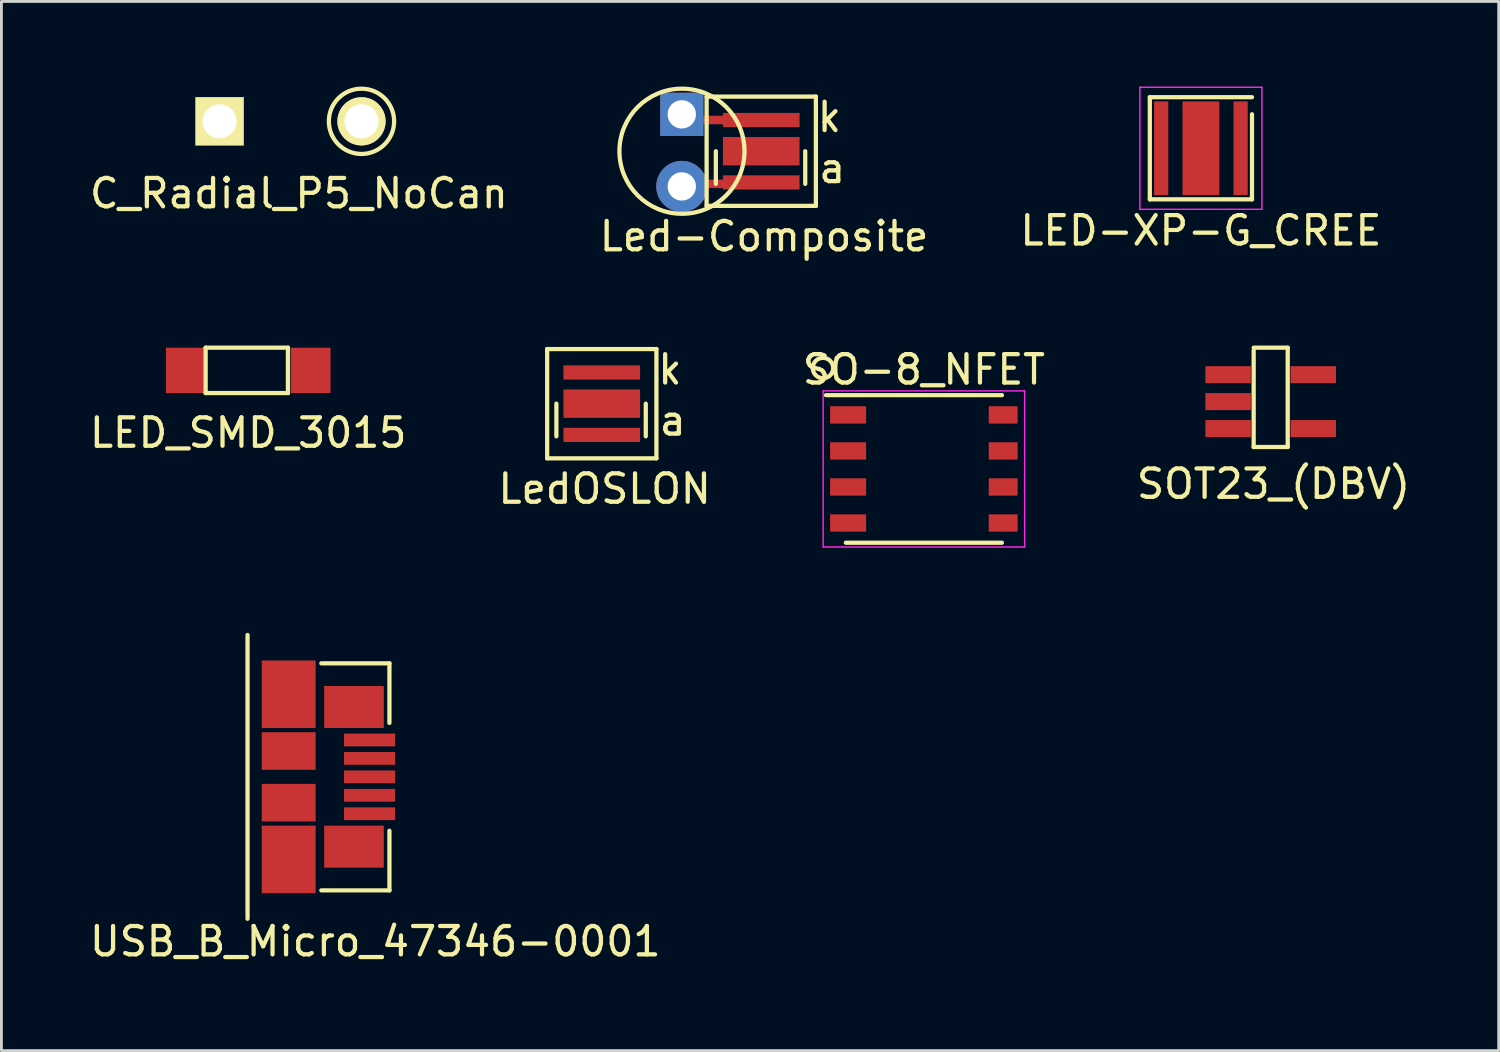
<source format=kicad_pcb>
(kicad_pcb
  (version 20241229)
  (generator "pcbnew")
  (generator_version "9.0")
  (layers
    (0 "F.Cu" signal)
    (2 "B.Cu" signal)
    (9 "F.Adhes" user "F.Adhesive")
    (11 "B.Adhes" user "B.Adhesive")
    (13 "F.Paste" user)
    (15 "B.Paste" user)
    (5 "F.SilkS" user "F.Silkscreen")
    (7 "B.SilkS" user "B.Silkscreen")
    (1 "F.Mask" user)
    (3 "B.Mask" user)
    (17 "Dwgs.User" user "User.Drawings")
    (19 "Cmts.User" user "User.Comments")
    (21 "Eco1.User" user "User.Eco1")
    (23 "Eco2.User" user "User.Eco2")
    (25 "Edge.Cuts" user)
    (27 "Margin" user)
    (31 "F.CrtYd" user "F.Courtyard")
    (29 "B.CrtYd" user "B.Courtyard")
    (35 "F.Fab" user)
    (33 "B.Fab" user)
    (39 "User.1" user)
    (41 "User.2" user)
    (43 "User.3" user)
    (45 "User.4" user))
  (footprint "USB_B_Micro_47346-0001"
    (layer "F.Cu")
    (at 5.673 24.325)
    (property "Reference" "USB_B_Micro_47346-0001" (at 4.5 5.8 0) (layer "F.SilkS") (effects (font (size 1 1) (thickness 0.15))))
    (attr through_hole)
    (fp_line (start 0 5) (end 0 -5) (stroke (width 0.15) (type solid)) (layer "F.SilkS"))
    (fp_line (start 5 -4) (end 2.6 -4) (stroke (width 0.15) (type solid)) (layer "F.SilkS"))
    (fp_line (start 5 -4) (end 5 -1.9) (stroke (width 0.15) (type solid)) (layer "F.SilkS"))
    (fp_line (start 5 1.9) (end 5 4) (stroke (width 0.15) (type solid)) (layer "F.SilkS"))
    (fp_line (start 5 4) (end 2.6 4) (stroke (width 0.15) (type solid)) (layer "F.SilkS"))
    (pad "1" smd rect (at 4.3 -1.3) (size 1.8 0.45) (layers "F.Cu" "F.Mask" "F.Paste"))
    (pad "2" smd rect (at 4.3 -0.65) (size 1.8 0.45) (layers "F.Cu" "F.Mask" "F.Paste"))
    (pad "3" smd rect (at 4.3 0) (size 1.8 0.45) (layers "F.Cu" "F.Mask" "F.Paste"))
    (pad "4" smd rect (at 4.3 0.65) (size 1.8 0.45) (layers "F.Cu" "F.Mask" "F.Paste"))
    (pad "5" smd rect (at 4.3 1.3) (size 1.8 0.45) (layers "F.Cu" "F.Mask" "F.Paste"))
    (pad "10" smd rect (at 1.45 -0.91) (size 1.9 1.325) (layers "F.Cu" "F.Mask" "F.Paste"))
    (pad "11" smd rect (at 1.45 0.91) (size 1.9 1.325) (layers "F.Cu" "F.Mask" "F.Paste"))
    (pad "12" smd rect (at 1.45 -2.91) (size 1.9 2.38) (layers "F.Cu" "F.Mask" "F.Paste"))
    (pad "13" smd rect (at 1.45 2.91) (size 1.9 2.38) (layers "F.Cu" "F.Mask" "F.Paste"))
    (pad "14" smd rect (at 3.75 -2.463) (size 2.1 1.48) (layers "F.Cu" "F.Mask" "F.Paste"))
    (pad "15" smd rect (at 3.75 2.46) (size 2.1 1.48) (layers "F.Cu" "F.Mask" "F.Paste")))
  (footprint "SO-8_NFET"
    (layer "F.Cu")
    (at 29.506 13.475)
    (property "Reference" "SO-8_NFET" (at 0 -3.5 0) (layer "F.SilkS") (effects (font (size 1 1) (thickness 0.15))))
    (attr smd)
    (fp_line (start -3.45 -2.6) (end 2.75 -2.6) (stroke (width 0.15) (type solid)) (layer "F.SilkS"))
    (fp_line (start -2.75 2.6) (end 2.75 2.6) (stroke (width 0.15) (type solid)) (layer "F.SilkS"))
    (fp_circle (center -3.556 -3.556) (end -3.302 -3.302) (stroke (width 0.15) (type solid)) (fill no) (layer "F.SilkS"))
    (fp_line (start -3.55 -2.75) (end -3.55 2.75) (stroke (width 0.05) (type solid)) (layer "F.CrtYd"))
    (fp_line (start -3.55 -2.75) (end 3.55 -2.75) (stroke (width 0.05) (type solid)) (layer "F.CrtYd"))
    (fp_line (start -3.55 2.75) (end 3.55 2.75) (stroke (width 0.05) (type solid)) (layer "F.CrtYd"))
    (fp_line (start 3.55 -2.75) (end 3.55 2.75) (stroke (width 0.05) (type solid)) (layer "F.CrtYd"))
    (pad "1" smd rect (at -2.67 -1.905) (size 1.27 0.61) (layers "F.Cu" "F.Mask" "F.Paste"))
    (pad "1" smd rect (at -2.67 -0.635) (size 1.27 0.61) (layers "F.Cu" "F.Mask" "F.Paste"))
    (pad "1" smd rect (at -2.67 0.635) (size 1.27 0.61) (layers "F.Cu" "F.Mask" "F.Paste"))
    (pad "2" smd rect (at -2.67 1.905) (size 1.27 0.61) (layers "F.Cu" "F.Mask" "F.Paste"))
    (pad "3" smd rect (at 2.795 -1.905) (size 1.02 0.61) (layers "F.Cu" "F.Mask" "F.Paste"))
    (pad "3" smd rect (at 2.795 -0.635) (size 1.02 0.61) (layers "F.Cu" "F.Mask" "F.Paste"))
    (pad "3" smd rect (at 2.795 0.635) (size 1.02 0.61) (layers "F.Cu" "F.Mask" "F.Paste"))
    (pad "3" smd rect (at 2.795 1.905) (size 1.02 0.61) (layers "F.Cu" "F.Mask" "F.Paste")))
  (footprint "LED-XP-G_CREE"
    (layer "F.Cu")
    (at 39.268 2.175)
    (property "Reference" "LED-XP-G_CREE" (at 0 2.9 0) (layer "F.SilkS") (effects (font (size 1 1) (thickness 0.15))))
    (attr smd)
    (fp_line (start -1.8 -1.8) (end 1.8 -1.8) (stroke (width 0.15) (type solid)) (layer "F.SilkS"))
    (fp_line (start -1.8 1.8) (end -1.8 -1.8) (stroke (width 0.15) (type solid)) (layer "F.SilkS"))
    (fp_line (start 1.8 -1.2) (end 1.8 1.8) (stroke (width 0.15) (type solid)) (layer "F.SilkS"))
    (fp_line (start 1.8 1.8) (end -1.8 1.8) (stroke (width 0.15) (type solid)) (layer "F.SilkS"))
    (fp_line (start -2.15 -2.15) (end 2.15 -2.15) (stroke (width 0.05) (type solid)) (layer "F.CrtYd"))
    (fp_line (start -2.15 2.15) (end -2.15 -2.15) (stroke (width 0.05) (type solid)) (layer "F.CrtYd"))
    (fp_line (start 2.15 -2.15) (end 2.15 2.15) (stroke (width 0.05) (type solid)) (layer "F.CrtYd"))
    (fp_line (start 2.15 2.15) (end -2.15 2.15) (stroke (width 0.05) (type solid)) (layer "F.CrtYd"))
    (pad "1" smd rect (at -1.4 0) (size 0.5 3.3) (layers "F.Cu" "F.Mask" "F.Paste"))
    (pad "2" smd rect (at 0 0) (size 1.3 3.3) (layers "F.Cu" "F.Mask" "F.Paste"))
    (pad "2" smd rect (at 1.4 0) (size 0.5 3.3) (layers "F.Cu" "F.Mask" "F.Paste")))
  (footprint "LedOSLON"
    (layer "F.Cu")
    (at 18.156 11.175)
    (property "Reference" "LedOSLON" (at 0.1 3 0) (layer "F.SilkS") (effects (font (size 1 1) (thickness 0.15))))
    (attr through_hole)
    (fp_line (start -1.925 -1.925) (end -1.925 1.925) (stroke (width 0.15) (type solid)) (layer "F.SilkS"))
    (fp_line (start -1.925 1.925) (end 1.925 1.925) (stroke (width 0.15) (type solid)) (layer "F.SilkS"))
    (fp_line (start -1.6 0) (end -1.6 1.15) (stroke (width 0.15) (type solid)) (layer "F.SilkS"))
    (fp_line (start 1.55 0) (end 1.55 1.15) (stroke (width 0.15) (type solid)) (layer "F.SilkS"))
    (fp_line (start 1.925 -1.925) (end -1.925 -1.925) (stroke (width 0.15) (type solid)) (layer "F.SilkS"))
    (fp_line (start 1.925 1.925) (end 1.925 -1.925) (stroke (width 0.15) (type solid)) (layer "F.SilkS"))
    (fp_text user "a" (at 2.5 0.6 0) (layer "F.SilkS") (effects (font (size 1 1) (thickness 0.15))))
    (fp_text user "k" (at 2.4 -1.2 0) (layer "F.SilkS") (effects (font (size 1 1) (thickness 0.15))))
    (pad "1" smd rect (at 0 -1.1) (size 2.7 0.5) (layers "F.Cu" "F.Mask" "F.Paste"))
    (pad "2" smd rect (at 0 0) (size 2.7 1) (layers "F.Cu" "F.Mask" "F.Paste"))
    (pad "2" smd rect (at 0 1.1) (size 2.7 0.5) (layers "F.Cu" "F.Mask" "F.Paste")))
  (footprint "Led-Composite"
    (layer "F.Cu")
    (at 23.775 2.279)
    (property "Reference" "Led-Composite" (at 0.1 3 0) (layer "F.SilkS") (effects (font (size 1 1) (thickness 0.15))))
    (attr through_hole)
    (fp_line (start -1.925 -1.925) (end -1.925 1.925) (stroke (width 0.15) (type solid)) (layer "F.SilkS"))
    (fp_line (start -1.925 1.925) (end 1.925 1.925) (stroke (width 0.15) (type solid)) (layer "F.SilkS"))
    (fp_line (start -1.6 0) (end -1.6 1.15) (stroke (width 0.15) (type solid)) (layer "F.SilkS"))
    (fp_line (start 1.55 0) (end 1.55 1.15) (stroke (width 0.15) (type solid)) (layer "F.SilkS"))
    (fp_line (start 1.925 -1.925) (end -1.925 -1.925) (stroke (width 0.15) (type solid)) (layer "F.SilkS"))
    (fp_line (start 1.925 1.925) (end 1.925 -1.925) (stroke (width 0.15) (type solid)) (layer "F.SilkS"))
    (fp_circle (center -2.794 0) (end -2.921 2.2) (stroke (width 0.15) (type solid)) (fill no) (layer "F.SilkS"))
    (fp_text user "a" (at 2.5 0.6 0) (layer "F.SilkS") (effects (font (size 1 1) (thickness 0.15))))
    (fp_text user "k" (at 2.4 -1.2 0) (layer "F.SilkS") (effects (font (size 1 1) (thickness 0.15))))
    (pad "1" thru_hole rect (at -2.8 -1.3) (size 1.524 1.524) (drill 1) (layers "*.Cu" "*.Mask"))
    (pad "1" smd rect (at -1.4 -1.1) (size 1.5 0.3) (layers "F.Cu" "F.Mask" "F.Paste"))
    (pad "1" smd rect (at 0 -1.1) (size 2.7 0.5) (layers "F.Cu" "F.Mask" "F.Paste"))
    (pad "2" thru_hole circle (at -2.8 1.24) (size 1.8 1.8) (drill 1) (layers "*.Cu" "*.Mask"))
    (pad "2" smd rect (at -1.5 1.15) (size 1.5 0.3) (layers "F.Cu" "F.Mask" "F.Paste"))
    (pad "2" smd rect (at 0 0) (size 2.7 1) (layers "F.Cu" "F.Mask" "F.Paste"))
    (pad "2" smd rect (at 0 1.1) (size 2.7 0.5) (layers "F.Cu" "F.Mask" "F.Paste")))
  (footprint "C_Radial_P5_NoCan"
    (layer "F.Cu")
    (at 4.688 1.225)
    (property "Reference" "C_Radial_P5_NoCan" (at 2.794 2.54 0) (layer "F.SilkS") (effects (font (size 1 1) (thickness 0.15))))
    (attr through_hole)
    (fp_circle (center 5 0) (end 5 -1.15) (stroke (width 0.15) (type solid)) (fill no) (layer "F.SilkS"))
    (pad "1" thru_hole rect (at 0 0) (size 1.7 1.7) (drill 1.2) (layers "*.Cu" "*.Mask" "F.SilkS"))
    (pad "2" thru_hole circle (at 5 0) (size 1.7 1.7) (drill 1.2) (layers "*.Cu" "*.Mask" "F.SilkS")))
  (footprint "SOT23_(DBV)"
    (layer "F.Cu")
    (at 41.727 11.102)
    (property "Reference" "SOT23_(DBV)" (at 0.1 2.9 0) (layer "F.SilkS") (effects (font (size 1 1) (thickness 0.15))))
    (attr through_hole)
    (fp_line (start -0.6 -1.9) (end 0.6 -1.9) (stroke (width 0.15) (type solid)) (layer "F.SilkS"))
    (fp_line (start -0.6 1.6) (end -0.6 -1.8) (stroke (width 0.15) (type solid)) (layer "F.SilkS"))
    (fp_line (start 0.6 -1.9) (end 0.6 1.6) (stroke (width 0.15) (type solid)) (layer "F.SilkS"))
    (fp_line (start 0.6 1.6) (end -0.6 1.6) (stroke (width 0.15) (type solid)) (layer "F.SilkS"))
    (pad "1" smd rect (at -1.5 -0.95) (size 1.6 0.6) (layers "F.Cu" "F.Mask" "F.Paste"))
    (pad "2" smd rect (at -1.5 0) (size 1.6 0.6) (layers "F.Cu" "F.Mask" "F.Paste"))
    (pad "3" smd rect (at -1.5 0.95) (size 1.6 0.6) (layers "F.Cu" "F.Mask" "F.Paste"))
    (pad "4" smd rect (at 1.5 -0.95) (size 1.6 0.6) (layers "F.Cu" "F.Mask" "F.Paste"))
    (pad "5" smd rect (at 1.5 0.95) (size 1.6 0.6) (layers "F.Cu" "F.Mask" "F.Paste")))
  (footprint "LED_SMD_3015"
    (layer "F.Cu")
    (at 5.696 10.002)
    (property "Reference" "LED_SMD_3015" (at 0 2.2 0) (layer "F.SilkS") (effects (font (size 1 1) (thickness 0.15))))
    (attr through_hole)
    (fp_line (start -1.5 -0.8) (end 1.4 -0.8) (stroke (width 0.15) (type solid)) (layer "F.SilkS"))
    (fp_line (start -1.5 0.8) (end -1.5 -0.8) (stroke (width 0.15) (type solid)) (layer "F.SilkS"))
    (fp_line (start 1.4 -0.8) (end 1.4 0.8) (stroke (width 0.15) (type solid)) (layer "F.SilkS"))
    (fp_line (start 1.4 0.8) (end -1.5 0.8) (stroke (width 0.15) (type solid)) (layer "F.SilkS"))
    (pad "1" smd rect (at -2.2 0) (size 1.4 1.6) (layers "F.Cu" "F.Mask" "F.Paste"))
    (pad "2" smd rect (at 2.2 0) (size 1.4 1.6) (layers "F.Cu" "F.Mask" "F.Paste")))
  (gr_rect
    (start -3 -3)
    (end 49.762 33.973)
    (stroke (width 0.1) (type default))
    (fill no)
    (layer "Edge.Cuts")))
</source>
